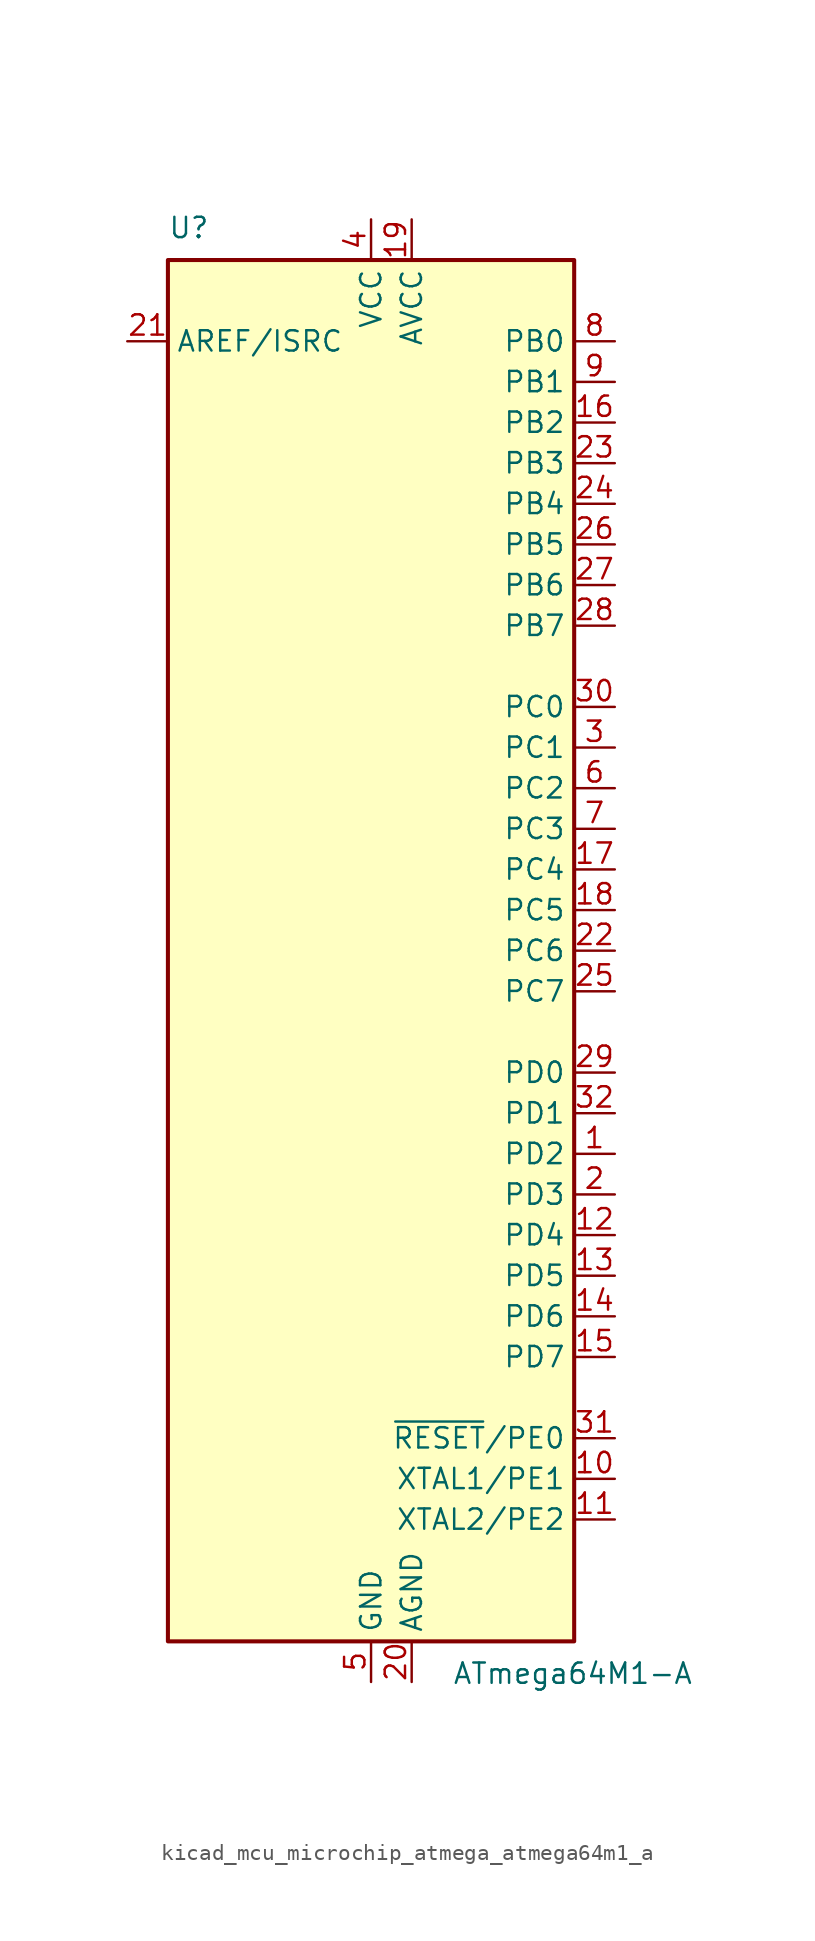
<source format=kicad_sym>
(kicad_symbol_lib
  (version 20220914)
  (generator kicad_symbol_editor)
  (symbol "kicad_mcu_microchip_atmega_atmega64m1_a"
    (property "Reference" "U"
      (at -12.7 44.45 0)
      (effects (font (size 1.27 1.27)) (justify left bottom)))
    (property "Value" "ATmega64M1-A"
      (at 5.08 -44.45 0)
      (effects (font (size 1.27 1.27)) (justify left top)))
    (symbol "kicad_mcu_microchip_atmega_atmega64m1_a_0_1"
      (rectangle (start -12.7 -43.18) (end 12.7 43.18) (stroke (width 0.254) (type default)) (fill (type background))))
    (symbol "kicad_mcu_microchip_atmega_atmega64m1_a_1_1"
      (pin bidirectional line (at 15.24 -12.7 180) (length 2.54) (name "PD2" (effects (font (size 1.27 1.27)))) (number "1" (effects (font (size 1.27 1.27)))))
      (pin bidirectional line (at 15.24 -33.02 180) (length 2.54) (name "XTAL1/PE1" (effects (font (size 1.27 1.27)))) (number "10" (effects (font (size 1.27 1.27)))))
      (pin bidirectional line (at 15.24 -35.56 180) (length 2.54) (name "XTAL2/PE2" (effects (font (size 1.27 1.27)))) (number "11" (effects (font (size 1.27 1.27)))))
      (pin bidirectional line (at 15.24 -17.78 180) (length 2.54) (name "PD4" (effects (font (size 1.27 1.27)))) (number "12" (effects (font (size 1.27 1.27)))))
      (pin bidirectional line (at 15.24 -20.32 180) (length 2.54) (name "PD5" (effects (font (size 1.27 1.27)))) (number "13" (effects (font (size 1.27 1.27)))))
      (pin bidirectional line (at 15.24 -22.86 180) (length 2.54) (name "PD6" (effects (font (size 1.27 1.27)))) (number "14" (effects (font (size 1.27 1.27)))))
      (pin bidirectional line (at 15.24 -25.4 180) (length 2.54) (name "PD7" (effects (font (size 1.27 1.27)))) (number "15" (effects (font (size 1.27 1.27)))))
      (pin bidirectional line (at 15.24 33.02 180) (length 2.54) (name "PB2" (effects (font (size 1.27 1.27)))) (number "16" (effects (font (size 1.27 1.27)))))
      (pin bidirectional line (at 15.24 5.08 180) (length 2.54) (name "PC4" (effects (font (size 1.27 1.27)))) (number "17" (effects (font (size 1.27 1.27)))))
      (pin bidirectional line (at 15.24 2.54 180) (length 2.54) (name "PC5" (effects (font (size 1.27 1.27)))) (number "18" (effects (font (size 1.27 1.27)))))
      (pin power_in line (at 2.54 45.72 270) (length 2.54) (name "AVCC" (effects (font (size 1.27 1.27)))) (number "19" (effects (font (size 1.27 1.27)))))
      (pin bidirectional line (at 15.24 -15.24 180) (length 2.54) (name "PD3" (effects (font (size 1.27 1.27)))) (number "2" (effects (font (size 1.27 1.27)))))
      (pin power_in line (at 2.54 -45.72 90) (length 2.54) (name "AGND" (effects (font (size 1.27 1.27)))) (number "20" (effects (font (size 1.27 1.27)))))
      (pin passive line (at -15.24 38.1 0) (length 2.54) (name "AREF/ISRC" (effects (font (size 1.27 1.27)))) (number "21" (effects (font (size 1.27 1.27)))))
      (pin bidirectional line (at 15.24 0 180) (length 2.54) (name "PC6" (effects (font (size 1.27 1.27)))) (number "22" (effects (font (size 1.27 1.27)))))
      (pin bidirectional line (at 15.24 30.48 180) (length 2.54) (name "PB3" (effects (font (size 1.27 1.27)))) (number "23" (effects (font (size 1.27 1.27)))))
      (pin bidirectional line (at 15.24 27.94 180) (length 2.54) (name "PB4" (effects (font (size 1.27 1.27)))) (number "24" (effects (font (size 1.27 1.27)))))
      (pin bidirectional line (at 15.24 -2.54 180) (length 2.54) (name "PC7" (effects (font (size 1.27 1.27)))) (number "25" (effects (font (size 1.27 1.27)))))
      (pin bidirectional line (at 15.24 25.4 180) (length 2.54) (name "PB5" (effects (font (size 1.27 1.27)))) (number "26" (effects (font (size 1.27 1.27)))))
      (pin bidirectional line (at 15.24 22.86 180) (length 2.54) (name "PB6" (effects (font (size 1.27 1.27)))) (number "27" (effects (font (size 1.27 1.27)))))
      (pin bidirectional line (at 15.24 20.32 180) (length 2.54) (name "PB7" (effects (font (size 1.27 1.27)))) (number "28" (effects (font (size 1.27 1.27)))))
      (pin bidirectional line (at 15.24 -7.62 180) (length 2.54) (name "PD0" (effects (font (size 1.27 1.27)))) (number "29" (effects (font (size 1.27 1.27)))))
      (pin bidirectional line (at 15.24 12.7 180) (length 2.54) (name "PC1" (effects (font (size 1.27 1.27)))) (number "3" (effects (font (size 1.27 1.27)))))
      (pin bidirectional line (at 15.24 15.24 180) (length 2.54) (name "PC0" (effects (font (size 1.27 1.27)))) (number "30" (effects (font (size 1.27 1.27)))))
      (pin bidirectional line (at 15.24 -30.48 180) (length 2.54) (name "~{RESET}/PE0" (effects (font (size 1.27 1.27)))) (number "31" (effects (font (size 1.27 1.27)))))
      (pin bidirectional line (at 15.24 -10.16 180) (length 2.54) (name "PD1" (effects (font (size 1.27 1.27)))) (number "32" (effects (font (size 1.27 1.27)))))
      (pin power_in line (at 0 45.72 270) (length 2.54) (name "VCC" (effects (font (size 1.27 1.27)))) (number "4" (effects (font (size 1.27 1.27)))))
      (pin power_in line (at 0 -45.72 90) (length 2.54) (name "GND" (effects (font (size 1.27 1.27)))) (number "5" (effects (font (size 1.27 1.27)))))
      (pin bidirectional line (at 15.24 10.16 180) (length 2.54) (name "PC2" (effects (font (size 1.27 1.27)))) (number "6" (effects (font (size 1.27 1.27)))))
      (pin bidirectional line (at 15.24 7.62 180) (length 2.54) (name "PC3" (effects (font (size 1.27 1.27)))) (number "7" (effects (font (size 1.27 1.27)))))
      (pin bidirectional line (at 15.24 38.1 180) (length 2.54) (name "PB0" (effects (font (size 1.27 1.27)))) (number "8" (effects (font (size 1.27 1.27)))))
      (pin bidirectional line (at 15.24 35.56 180) (length 2.54) (name "PB1" (effects (font (size 1.27 1.27)))) (number "9" (effects (font (size 1.27 1.27))))))))
</source>
